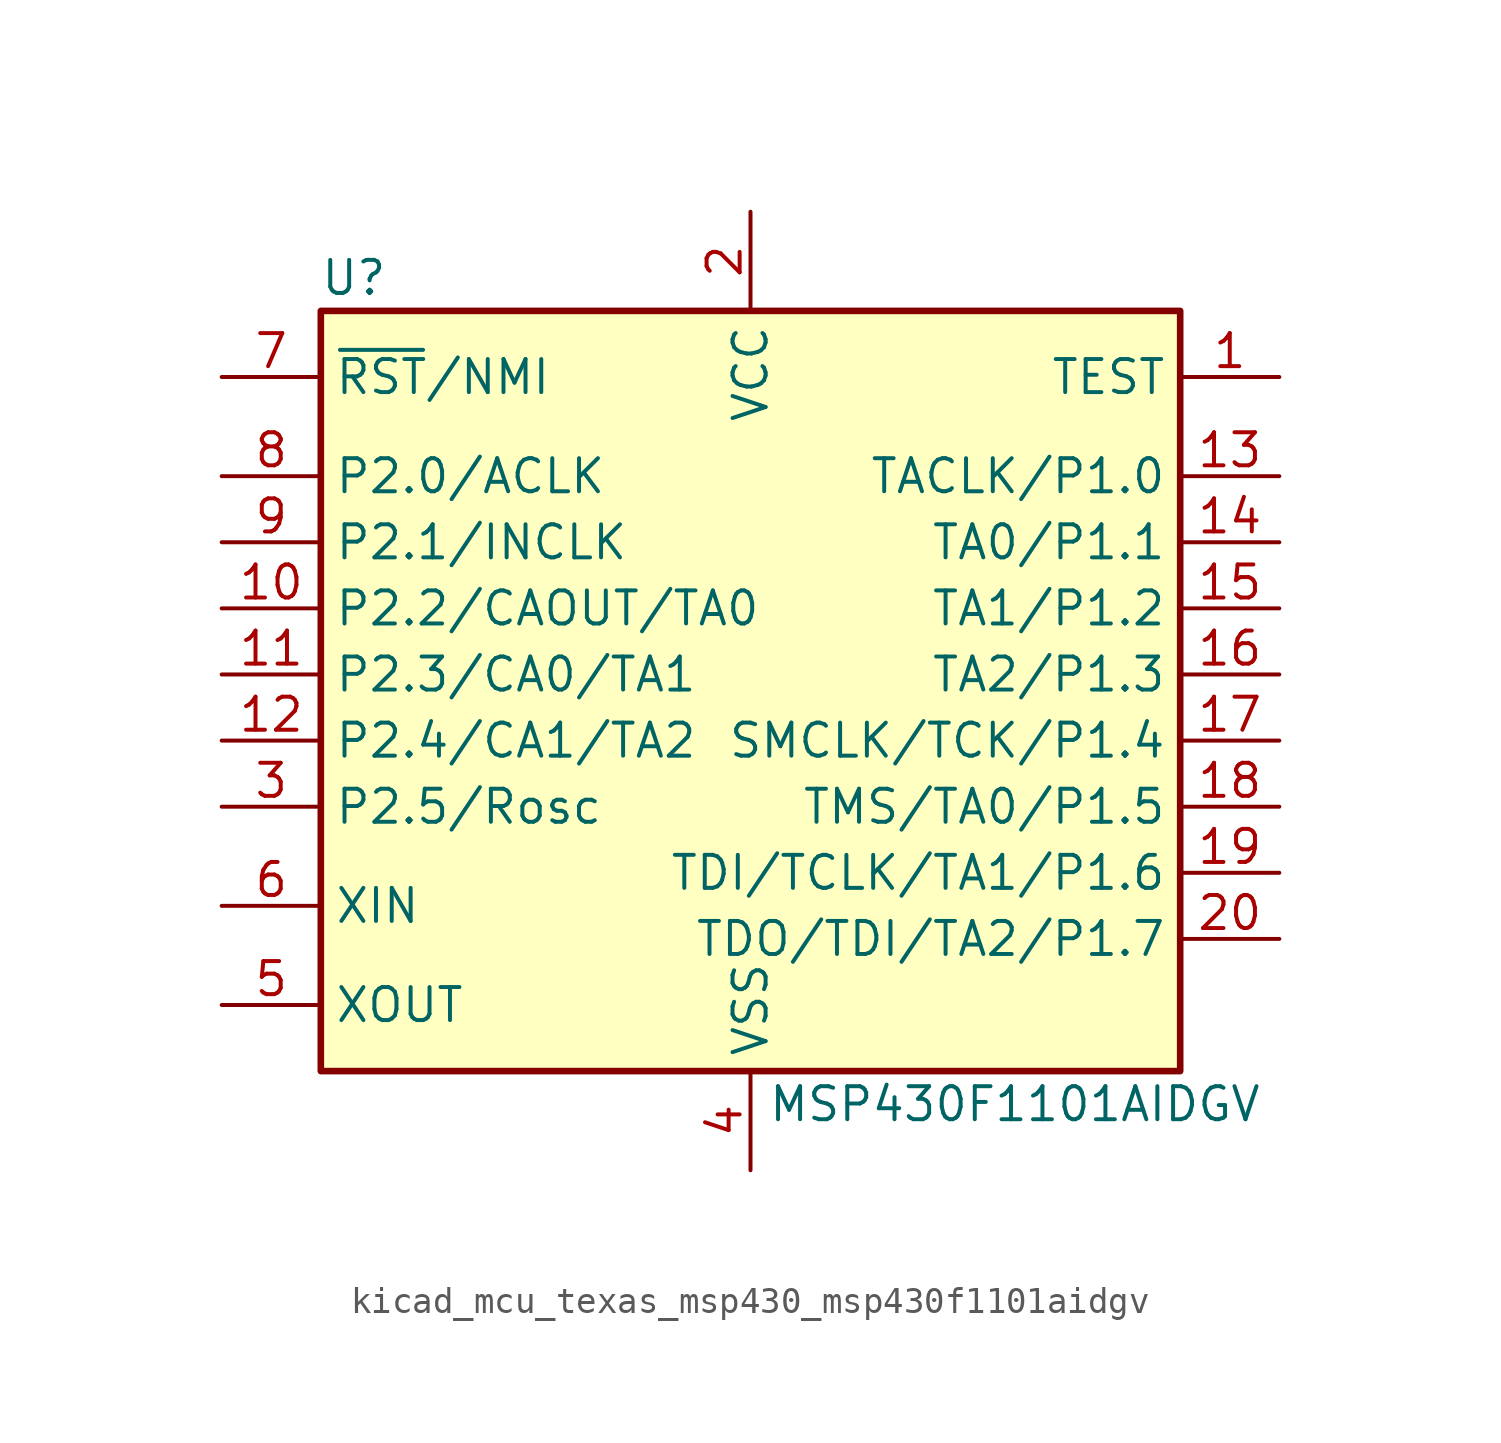
<source format=kicad_sym>
(kicad_symbol_lib
  (version 20220914)
  (generator kicad_symbol_editor)
  (symbol "kicad_mcu_texas_msp430_msp430f1101aidgv"
    (property "Reference" "U"
      (at -15.24 15.24 0)
      (effects (font (size 1.27 1.27))))
    (property "Value" "MSP430F1101AIDGV"
      (at 10.16 -16.51 0)
      (effects (font (size 1.27 1.27))))
    (symbol "kicad_mcu_texas_msp430_msp430f1101aidgv_0_1"
      (rectangle (start -16.51 13.97) (end 16.51 -15.24) (stroke (width 0.254) (type default)) (fill (type background))))
    (symbol "kicad_mcu_texas_msp430_msp430f1101aidgv_1_1"
      (pin input line (at 20.32 11.43 180) (length 3.81) (name "TEST" (effects (font (size 1.27 1.27)))) (number "1" (effects (font (size 1.27 1.27)))))
      (pin bidirectional line (at -20.32 2.54 0) (length 3.81) (name "P2.2/CAOUT/TA0" (effects (font (size 1.27 1.27)))) (number "10" (effects (font (size 1.27 1.27)))))
      (pin bidirectional line (at -20.32 0 0) (length 3.81) (name "P2.3/CA0/TA1" (effects (font (size 1.27 1.27)))) (number "11" (effects (font (size 1.27 1.27)))))
      (pin bidirectional line (at -20.32 -2.54 0) (length 3.81) (name "P2.4/CA1/TA2" (effects (font (size 1.27 1.27)))) (number "12" (effects (font (size 1.27 1.27)))))
      (pin bidirectional line (at 20.32 7.62 180) (length 3.81) (name "TACLK/P1.0" (effects (font (size 1.27 1.27)))) (number "13" (effects (font (size 1.27 1.27)))))
      (pin bidirectional line (at 20.32 5.08 180) (length 3.81) (name "TA0/P1.1" (effects (font (size 1.27 1.27)))) (number "14" (effects (font (size 1.27 1.27)))))
      (pin bidirectional line (at 20.32 2.54 180) (length 3.81) (name "TA1/P1.2" (effects (font (size 1.27 1.27)))) (number "15" (effects (font (size 1.27 1.27)))))
      (pin bidirectional line (at 20.32 0 180) (length 3.81) (name "TA2/P1.3" (effects (font (size 1.27 1.27)))) (number "16" (effects (font (size 1.27 1.27)))))
      (pin bidirectional line (at 20.32 -2.54 180) (length 3.81) (name "SMCLK/TCK/P1.4" (effects (font (size 1.27 1.27)))) (number "17" (effects (font (size 1.27 1.27)))))
      (pin bidirectional line (at 20.32 -5.08 180) (length 3.81) (name "TMS/TA0/P1.5" (effects (font (size 1.27 1.27)))) (number "18" (effects (font (size 1.27 1.27)))))
      (pin bidirectional line (at 20.32 -7.62 180) (length 3.81) (name "TDI/TCLK/TA1/P1.6" (effects (font (size 1.27 1.27)))) (number "19" (effects (font (size 1.27 1.27)))))
      (pin power_in line (at 0 17.78 270) (length 3.81) (name "VCC" (effects (font (size 1.27 1.27)))) (number "2" (effects (font (size 1.27 1.27)))))
      (pin bidirectional line (at 20.32 -10.16 180) (length 3.81) (name "TDO/TDI/TA2/P1.7" (effects (font (size 1.27 1.27)))) (number "20" (effects (font (size 1.27 1.27)))))
      (pin bidirectional line (at -20.32 -5.08 0) (length 3.81) (name "P2.5/Rosc" (effects (font (size 1.27 1.27)))) (number "3" (effects (font (size 1.27 1.27)))))
      (pin power_in line (at 0 -19.05 90) (length 3.81) (name "VSS" (effects (font (size 1.27 1.27)))) (number "4" (effects (font (size 1.27 1.27)))))
      (pin output line (at -20.32 -12.7 0) (length 3.81) (name "XOUT" (effects (font (size 1.27 1.27)))) (number "5" (effects (font (size 1.27 1.27)))))
      (pin input line (at -20.32 -8.89 0) (length 3.81) (name "XIN" (effects (font (size 1.27 1.27)))) (number "6" (effects (font (size 1.27 1.27)))))
      (pin input line (at -20.32 11.43 0) (length 3.81) (name "~{RST}/NMI" (effects (font (size 1.27 1.27)))) (number "7" (effects (font (size 1.27 1.27)))))
      (pin bidirectional line (at -20.32 7.62 0) (length 3.81) (name "P2.0/ACLK" (effects (font (size 1.27 1.27)))) (number "8" (effects (font (size 1.27 1.27)))))
      (pin bidirectional line (at -20.32 5.08 0) (length 3.81) (name "P2.1/INCLK" (effects (font (size 1.27 1.27)))) (number "9" (effects (font (size 1.27 1.27))))))))
</source>
